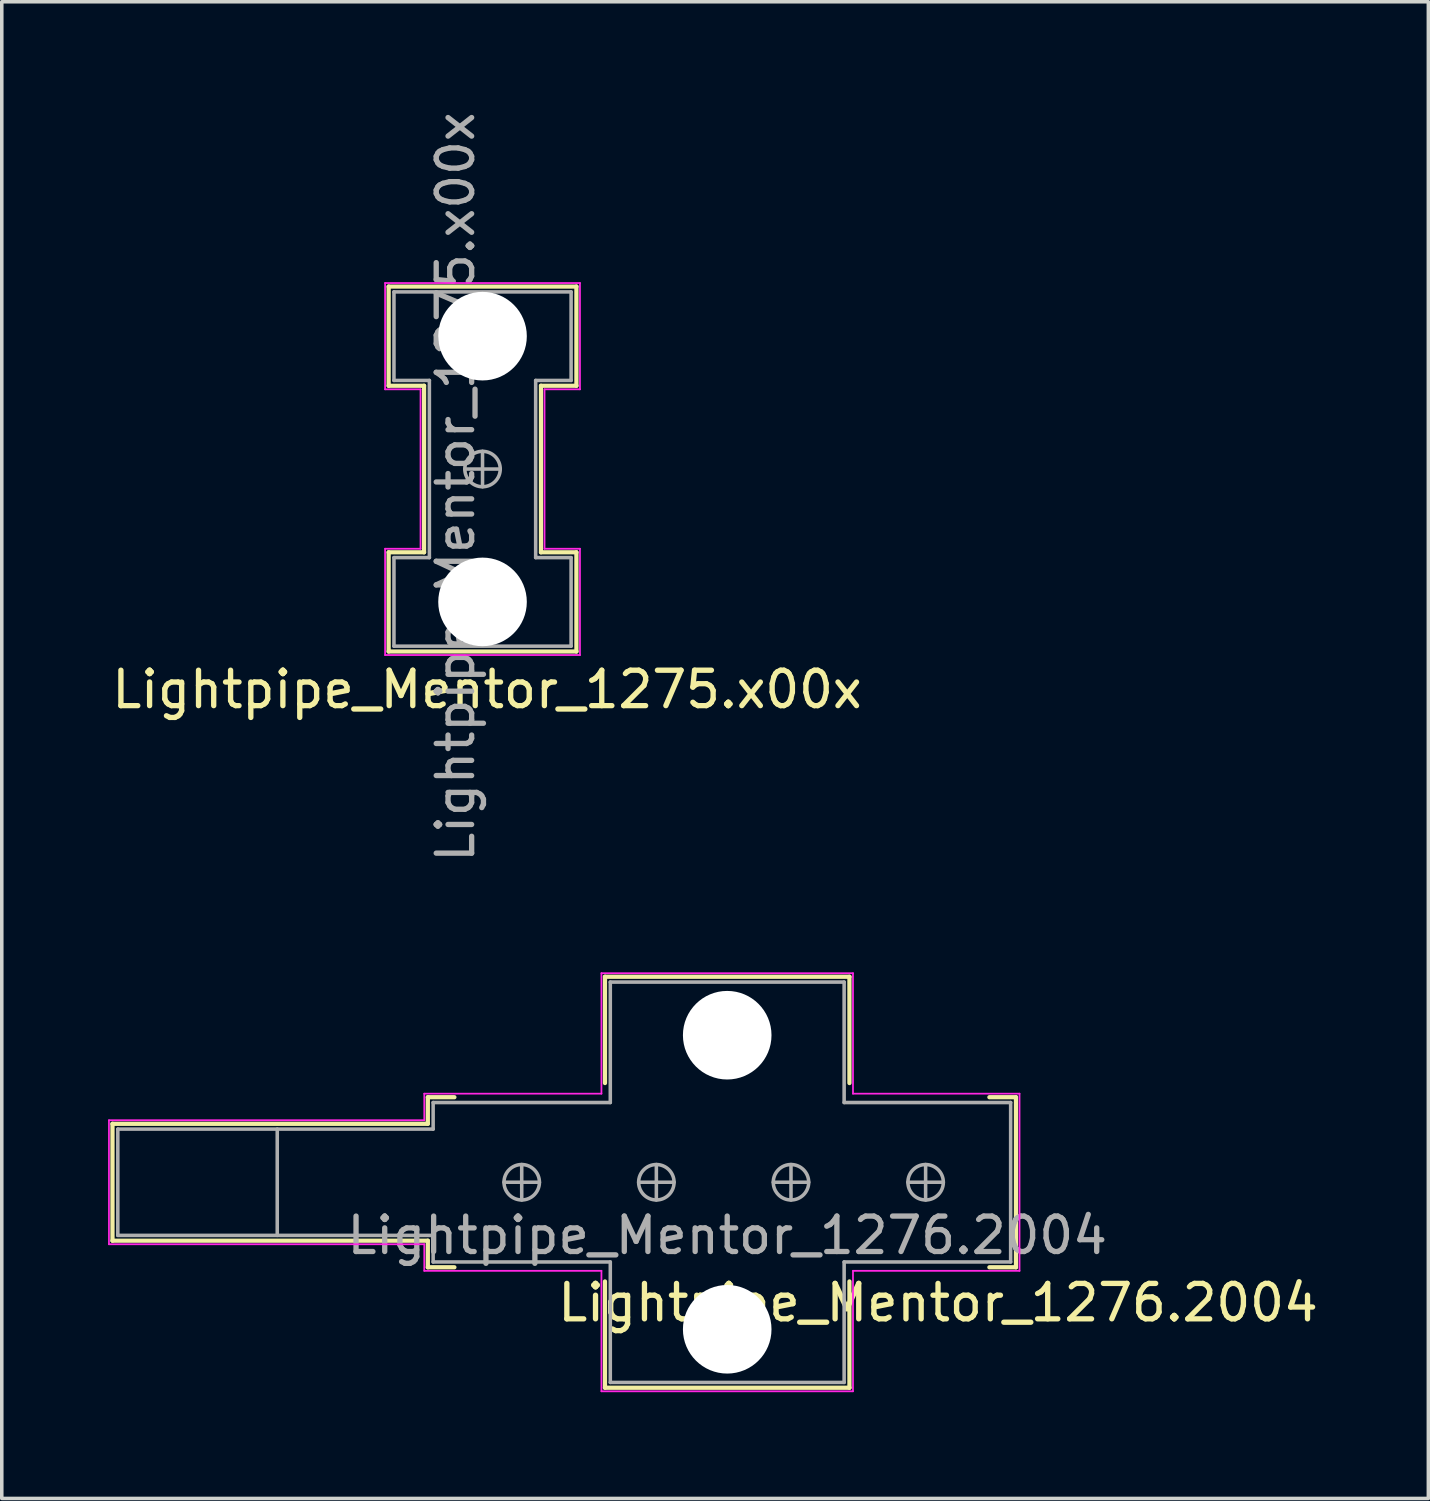
<source format=kicad_pcb>
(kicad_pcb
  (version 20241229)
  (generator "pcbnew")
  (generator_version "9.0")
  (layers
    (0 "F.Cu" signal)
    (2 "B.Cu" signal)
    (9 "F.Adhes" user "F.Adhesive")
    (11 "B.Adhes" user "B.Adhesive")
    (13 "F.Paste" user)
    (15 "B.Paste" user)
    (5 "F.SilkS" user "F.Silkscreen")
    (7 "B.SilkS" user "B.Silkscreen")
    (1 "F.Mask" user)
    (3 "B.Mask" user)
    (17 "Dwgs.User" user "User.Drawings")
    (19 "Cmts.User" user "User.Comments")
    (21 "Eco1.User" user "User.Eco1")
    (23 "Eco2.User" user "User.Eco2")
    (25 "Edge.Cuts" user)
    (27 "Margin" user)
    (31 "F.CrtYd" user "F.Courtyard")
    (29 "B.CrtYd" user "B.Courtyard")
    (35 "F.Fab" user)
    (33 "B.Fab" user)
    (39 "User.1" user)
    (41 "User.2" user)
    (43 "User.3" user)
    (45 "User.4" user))
  (footprint "Lightpipe_Mentor_1276.2004"
    (layer "F.Cu")
    (at 17.475 30.318)
    (property "Reference" "Lightpipe_Mentor_1276.2004" (at 5.95 3.4 0) (layer "F.SilkS") (effects (font (size 1 1) (thickness 0.15))))
    (attr through_hole)
    (fp_line (start -17.35 -1.65) (end -17.35 1.65) (stroke (width 0.12) (type solid)) (layer "F.SilkS"))
    (fp_line (start -17.35 1.65) (end -8.45 1.65) (stroke (width 0.12) (type solid)) (layer "F.SilkS"))
    (fp_line (start -8.45 -2.4) (end -8.45 -1.65) (stroke (width 0.12) (type solid)) (layer "F.SilkS"))
    (fp_line (start -8.45 -2.4) (end -7.7 -2.4) (stroke (width 0.12) (type solid)) (layer "F.SilkS"))
    (fp_line (start -8.45 -1.65) (end -17.35 -1.65) (stroke (width 0.12) (type solid)) (layer "F.SilkS"))
    (fp_line (start -8.45 1.65) (end -8.45 2.4) (stroke (width 0.12) (type solid)) (layer "F.SilkS"))
    (fp_line (start -8.45 2.4) (end -7.7 2.4) (stroke (width 0.12) (type solid)) (layer "F.SilkS"))
    (fp_line (start -3.45 -5.8) (end 3.45 -5.8) (stroke (width 0.12) (type solid)) (layer "F.SilkS"))
    (fp_line (start -3.45 -2.8) (end -3.45 -5.8) (stroke (width 0.12) (type solid)) (layer "F.SilkS"))
    (fp_line (start -3.45 5.8) (end -3.45 2.8) (stroke (width 0.12) (type solid)) (layer "F.SilkS"))
    (fp_line (start 3.45 -5.8) (end 3.45 -2.8) (stroke (width 0.12) (type solid)) (layer "F.SilkS"))
    (fp_line (start 3.45 2.8) (end 3.45 5.8) (stroke (width 0.12) (type solid)) (layer "F.SilkS"))
    (fp_line (start 3.45 5.8) (end -3.45 5.8) (stroke (width 0.12) (type solid)) (layer "F.SilkS"))
    (fp_line (start 8.15 -2.4) (end 7.4 -2.4) (stroke (width 0.12) (type solid)) (layer "F.SilkS"))
    (fp_line (start 8.15 -2.4) (end 8.15 2.4) (stroke (width 0.12) (type solid)) (layer "F.SilkS"))
    (fp_line (start 8.15 2.4) (end 7.4 2.4) (stroke (width 0.12) (type solid)) (layer "F.SilkS"))
    (fp_line (start -17.45 -1.75) (end -8.55 -1.75) (stroke (width 0.05) (type solid)) (layer "F.CrtYd"))
    (fp_line (start -17.45 1.75) (end -17.45 -1.75) (stroke (width 0.05) (type solid)) (layer "F.CrtYd"))
    (fp_line (start -8.55 -1.75) (end -8.55 -2.5) (stroke (width 0.05) (type solid)) (layer "F.CrtYd"))
    (fp_line (start -8.55 1.75) (end -17.45 1.75) (stroke (width 0.05) (type solid)) (layer "F.CrtYd"))
    (fp_line (start -8.55 2.5) (end -8.55 1.75) (stroke (width 0.05) (type solid)) (layer "F.CrtYd"))
    (fp_line (start -8.55 2.5) (end -3.55 2.5) (stroke (width 0.05) (type solid)) (layer "F.CrtYd"))
    (fp_line (start -3.55 -5.9) (end -3.55 -2.5) (stroke (width 0.05) (type solid)) (layer "F.CrtYd"))
    (fp_line (start -3.55 -2.5) (end -8.55 -2.5) (stroke (width 0.05) (type solid)) (layer "F.CrtYd"))
    (fp_line (start -3.55 2.5) (end -3.55 5.9) (stroke (width 0.05) (type solid)) (layer "F.CrtYd"))
    (fp_line (start -3.55 5.9) (end 3.55 5.9) (stroke (width 0.05) (type solid)) (layer "F.CrtYd"))
    (fp_line (start 3.55 -5.9) (end -3.55 -5.9) (stroke (width 0.05) (type solid)) (layer "F.CrtYd"))
    (fp_line (start 3.55 -2.5) (end 3.55 -5.9) (stroke (width 0.05) (type solid)) (layer "F.CrtYd"))
    (fp_line (start 3.55 2.5) (end 8.25 2.5) (stroke (width 0.05) (type solid)) (layer "F.CrtYd"))
    (fp_line (start 3.55 5.9) (end 3.55 2.5) (stroke (width 0.05) (type solid)) (layer "F.CrtYd"))
    (fp_line (start 8.25 -2.5) (end 3.55 -2.5) (stroke (width 0.05) (type solid)) (layer "F.CrtYd"))
    (fp_line (start 8.25 2.5) (end 8.25 -2.5) (stroke (width 0.05) (type solid)) (layer "F.CrtYd"))
    (fp_line (start -17.2 -1.5) (end -17.2 1.5) (stroke (width 0.1) (type solid)) (layer "F.Fab"))
    (fp_line (start -17.2 -1.5) (end -8.3 -1.5) (stroke (width 0.1) (type solid)) (layer "F.Fab"))
    (fp_line (start -17.2 1.5) (end -8.3 1.5) (stroke (width 0.1) (type solid)) (layer "F.Fab"))
    (fp_line (start -12.7 1.5) (end -12.7 -1.5) (stroke (width 0.1) (type solid)) (layer "F.Fab"))
    (fp_line (start -8.3 -2.25) (end -3.3 -2.25) (stroke (width 0.1) (type solid)) (layer "F.Fab"))
    (fp_line (start -8.3 -1.5) (end -8.3 -2.25) (stroke (width 0.1) (type solid)) (layer "F.Fab"))
    (fp_line (start -8.3 1.5) (end -8.3 2.25) (stroke (width 0.1) (type solid)) (layer "F.Fab"))
    (fp_line (start -8.3 2.25) (end -3.3 2.25) (stroke (width 0.1) (type solid)) (layer "F.Fab"))
    (fp_line (start -6.3 0) (end -5.3 0) (stroke (width 0.1) (type solid)) (layer "F.Fab"))
    (fp_line (start -5.8 -0.5) (end -5.8 0.5) (stroke (width 0.1) (type solid)) (layer "F.Fab"))
    (fp_line (start -3.3 -5.65) (end 3.3 -5.65) (stroke (width 0.1) (type solid)) (layer "F.Fab"))
    (fp_line (start -3.3 -2.25) (end -3.3 -5.65) (stroke (width 0.1) (type solid)) (layer "F.Fab"))
    (fp_line (start -3.3 5.65) (end -3.3 2.25) (stroke (width 0.1) (type solid)) (layer "F.Fab"))
    (fp_line (start -2.5 0) (end -1.5 0) (stroke (width 0.1) (type solid)) (layer "F.Fab"))
    (fp_line (start -2 -0.5) (end -2 0.5) (stroke (width 0.1) (type solid)) (layer "F.Fab"))
    (fp_line (start 1.3 0) (end 2.3 0) (stroke (width 0.1) (type solid)) (layer "F.Fab"))
    (fp_line (start 1.8 -0.5) (end 1.8 0.5) (stroke (width 0.1) (type solid)) (layer "F.Fab"))
    (fp_line (start 3.3 -5.65) (end 3.3 -2.25) (stroke (width 0.1) (type solid)) (layer "F.Fab"))
    (fp_line (start 3.3 -2.25) (end 8 -2.25) (stroke (width 0.1) (type solid)) (layer "F.Fab"))
    (fp_line (start 3.3 2.25) (end 3.3 5.65) (stroke (width 0.1) (type solid)) (layer "F.Fab"))
    (fp_line (start 3.3 5.65) (end -3.3 5.65) (stroke (width 0.1) (type solid)) (layer "F.Fab"))
    (fp_line (start 5.1 0) (end 6.1 0) (stroke (width 0.1) (type solid)) (layer "F.Fab"))
    (fp_line (start 5.6 -0.5) (end 5.6 0.5) (stroke (width 0.1) (type solid)) (layer "F.Fab"))
    (fp_line (start 8 -2.25) (end 8 2.25) (stroke (width 0.1) (type solid)) (layer "F.Fab"))
    (fp_line (start 8 2.25) (end 3.3 2.25) (stroke (width 0.1) (type solid)) (layer "F.Fab"))
    (fp_circle (center -5.8 0) (end -5.8 0.5) (stroke (width 0.1) (type solid)) (fill no) (layer "F.Fab"))
    (fp_circle (center -2 0) (end -2 0.5) (stroke (width 0.1) (type solid)) (fill no) (layer "F.Fab"))
    (fp_circle (center 1.8 0) (end 1.8 0.5) (stroke (width 0.1) (type solid)) (fill no) (layer "F.Fab"))
    (fp_circle (center 5.6 0) (end 5.6 0.5) (stroke (width 0.1) (type solid)) (fill no) (layer "F.Fab"))
    (fp_text user "${REFERENCE}" (at 0 1.5 0) (layer "F.Fab") (effects (font (size 1 1) (thickness 0.15))))
    (pad "" np_thru_hole circle (at 0 -4.15) (size 2.5 2.5) (drill 2.5) (layers "*.Cu" "*.Mask"))
    (pad "" np_thru_hole circle (at 0 4.15) (size 2.5 2.5) (drill 2.5) (layers "*.Cu" "*.Mask")))
  (footprint "Lightpipe_Mentor_1275.x00x"
    (layer "F.Cu")
    (at 10.569 10.188)
    (property "Reference" "Lightpipe_Mentor_1275.x00x" (at 0.127 6.223 0) (layer "F.SilkS") (effects (font (size 1 1) (thickness 0.15))))
    (attr through_hole)
    (fp_line (start -2.65 -5.15) (end 2.65 -5.15) (stroke (width 0.12) (type solid)) (layer "F.SilkS"))
    (fp_line (start -2.65 -2.35) (end -2.65 -5.15) (stroke (width 0.12) (type solid)) (layer "F.SilkS"))
    (fp_line (start -2.65 2.35) (end -2.65 5.15) (stroke (width 0.12) (type solid)) (layer "F.SilkS"))
    (fp_line (start -1.65 -2.35) (end -2.65 -2.35) (stroke (width 0.12) (type solid)) (layer "F.SilkS"))
    (fp_line (start -1.65 -2.35) (end -1.65 2.35) (stroke (width 0.12) (type solid)) (layer "F.SilkS"))
    (fp_line (start -1.65 2.35) (end -2.65 2.35) (stroke (width 0.12) (type solid)) (layer "F.SilkS"))
    (fp_line (start 1.65 -2.35) (end 1.65 2.35) (stroke (width 0.12) (type solid)) (layer "F.SilkS"))
    (fp_line (start 1.65 -2.35) (end 2.65 -2.35) (stroke (width 0.12) (type solid)) (layer "F.SilkS"))
    (fp_line (start 1.65 2.35) (end 2.65 2.35) (stroke (width 0.12) (type solid)) (layer "F.SilkS"))
    (fp_line (start 2.65 -5.15) (end 2.65 -2.35) (stroke (width 0.12) (type solid)) (layer "F.SilkS"))
    (fp_line (start 2.65 2.35) (end 2.65 5.15) (stroke (width 0.12) (type solid)) (layer "F.SilkS"))
    (fp_line (start 2.65 5.15) (end -2.65 5.15) (stroke (width 0.12) (type solid)) (layer "F.SilkS"))
    (fp_line (start -2.75 -5.25) (end -2.75 -2.25) (stroke (width 0.05) (type solid)) (layer "F.CrtYd"))
    (fp_line (start -2.75 -2.25) (end -1.75 -2.25) (stroke (width 0.05) (type solid)) (layer "F.CrtYd"))
    (fp_line (start -2.75 2.25) (end -2.75 5.25) (stroke (width 0.05) (type solid)) (layer "F.CrtYd"))
    (fp_line (start -2.75 2.25) (end -1.75 2.25) (stroke (width 0.05) (type solid)) (layer "F.CrtYd"))
    (fp_line (start -2.75 5.25) (end 2.75 5.25) (stroke (width 0.05) (type solid)) (layer "F.CrtYd"))
    (fp_line (start -1.75 2.25) (end -1.75 -2.25) (stroke (width 0.05) (type solid)) (layer "F.CrtYd"))
    (fp_line (start 1.75 -2.25) (end 1.75 2.25) (stroke (width 0.05) (type solid)) (layer "F.CrtYd"))
    (fp_line (start 2.75 -5.25) (end -2.75 -5.25) (stroke (width 0.05) (type solid)) (layer "F.CrtYd"))
    (fp_line (start 2.75 -2.25) (end 1.75 -2.25) (stroke (width 0.05) (type solid)) (layer "F.CrtYd"))
    (fp_line (start 2.75 -2.25) (end 2.75 -5.25) (stroke (width 0.05) (type solid)) (layer "F.CrtYd"))
    (fp_line (start 2.75 2.25) (end 1.75 2.25) (stroke (width 0.05) (type solid)) (layer "F.CrtYd"))
    (fp_line (start 2.75 5.25) (end 2.75 2.25) (stroke (width 0.05) (type solid)) (layer "F.CrtYd"))
    (fp_line (start -2.5 -5) (end 2.5 -5) (stroke (width 0.1) (type solid)) (layer "F.Fab"))
    (fp_line (start -2.5 -2.5) (end -2.5 -5) (stroke (width 0.1) (type solid)) (layer "F.Fab"))
    (fp_line (start -2.5 -2.5) (end -1.5 -2.5) (stroke (width 0.1) (type solid)) (layer "F.Fab"))
    (fp_line (start -2.5 5) (end -2.5 2.5) (stroke (width 0.1) (type solid)) (layer "F.Fab"))
    (fp_line (start -1.5 -2.5) (end -1.5 2.5) (stroke (width 0.1) (type solid)) (layer "F.Fab"))
    (fp_line (start -1.5 2.5) (end -2.5 2.5) (stroke (width 0.1) (type solid)) (layer "F.Fab"))
    (fp_line (start -0.5 0) (end 0.5 0) (stroke (width 0.1) (type solid)) (layer "F.Fab"))
    (fp_line (start 0 -0.5) (end 0 0.5) (stroke (width 0.1) (type solid)) (layer "F.Fab"))
    (fp_line (start 1.5 -2.5) (end 1.5 2.5) (stroke (width 0.1) (type solid)) (layer "F.Fab"))
    (fp_line (start 1.5 -2.5) (end 2.5 -2.5) (stroke (width 0.1) (type solid)) (layer "F.Fab"))
    (fp_line (start 1.5 2.5) (end 2.5 2.5) (stroke (width 0.1) (type solid)) (layer "F.Fab"))
    (fp_line (start 2.5 -5) (end 2.5 -2.5) (stroke (width 0.1) (type solid)) (layer "F.Fab"))
    (fp_line (start 2.5 2.5) (end 2.5 5) (stroke (width 0.1) (type solid)) (layer "F.Fab"))
    (fp_line (start 2.5 5) (end -2.5 5) (stroke (width 0.1) (type solid)) (layer "F.Fab"))
    (fp_circle (center 0 0) (end 0.5 0) (stroke (width 0.1) (type solid)) (fill no) (layer "F.Fab"))
    (fp_text user "${REFERENCE}" (at -0.762 0.508 90) (layer "F.Fab") (effects (font (size 1 1) (thickness 0.15))))
    (pad "" np_thru_hole circle (at 0 -3.75) (size 2.5 2.5) (drill 2.5) (layers "*.Cu" "*.Mask"))
    (pad "" np_thru_hole circle (at 0 3.75) (size 2.5 2.5) (drill 2.5) (layers "*.Cu" "*.Mask")))
  (gr_rect
    (start -3 -3)
    (end 37.264 39.243)
    (stroke (width 0.1) (type default))
    (fill no)
    (layer "Edge.Cuts")))
</source>
